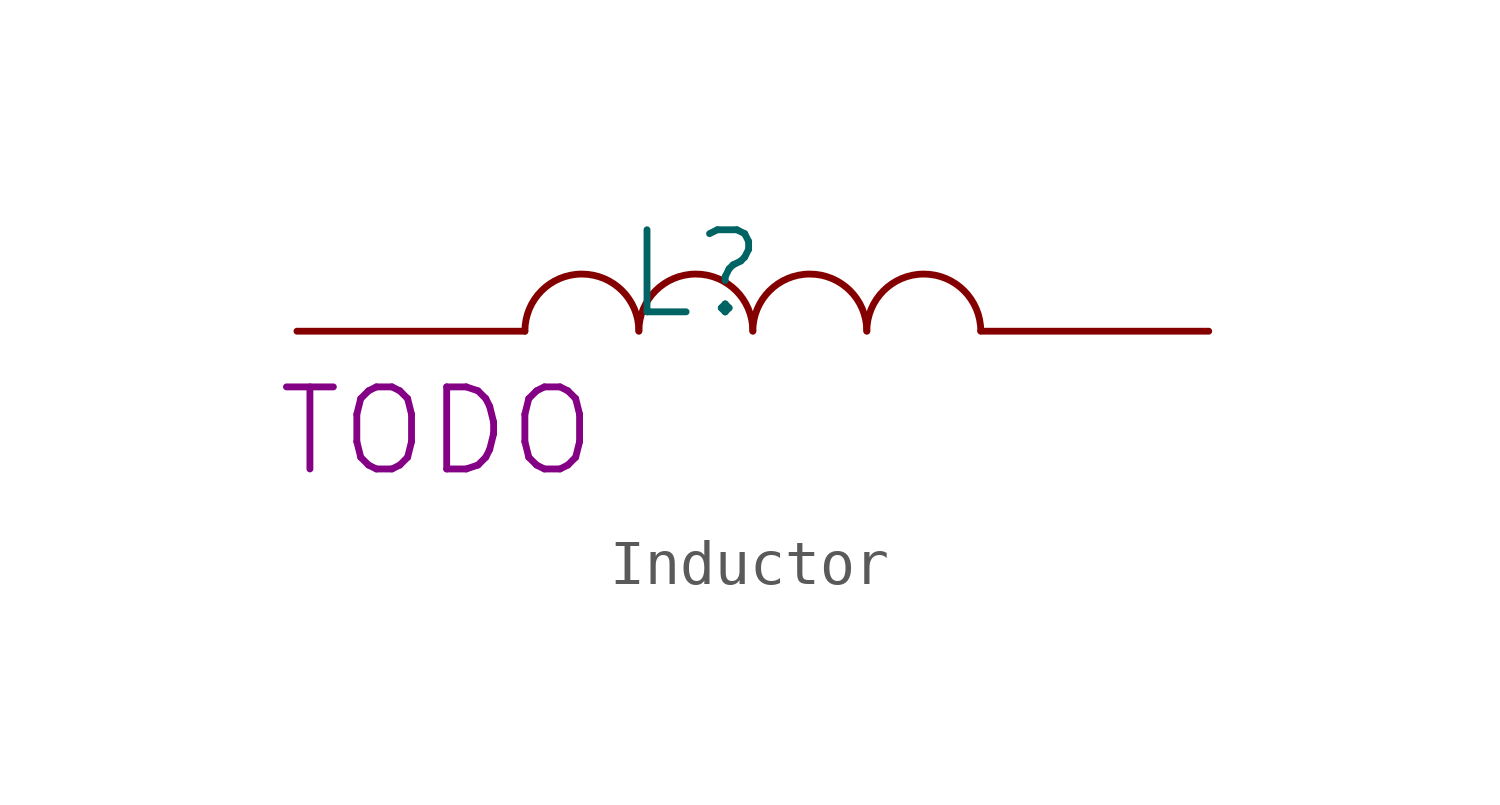
<source format=kicad_sym>
(kicad_symbol_lib
  (version 20241209)
  (generator "kicad_symbol_editor")
  (generator_version "9.0")
  (symbol "Inductor"
    (pin_numbers
      (hide yes))
    (pin_names
      (hide yes))
    (property "Reference" "L"
      (at -1.27 1.27 0)
      (effects (font (size 1.829 1.829))))
    (property "Value" "${VALUE}"
      (at -1.27 -3.81 0)
      (effects (font (size 1.829 1.829)) (justify left bottom) (hide yes)))
    (property "ALTIUM_VALUE" "TODO"
      (at -10.668 -3.302 0)
      (effects (font (size 1.829 1.829)) (justify left bottom)))
    (symbol "Inductor_1_0"
      (arc (start -5.08 0) (mid -3.8138 1.27) (end -2.54 0.0077) (stroke (width 0) (type solid)) (fill (type none)))
      (arc (start -2.54 0) (mid -1.2738 1.27) (end 0 0.0077) (stroke (width 0) (type solid)) (fill (type none)))
      (arc (start 0 0) (mid 1.2662 1.27) (end 2.54 0.0077) (stroke (width 0) (type solid)) (fill (type none)))
      (arc (start 2.54 0) (mid 3.8062 1.27) (end 5.08 0.0077) (stroke (width 0) (type solid)) (fill (type none)))
      (pin passive line (at -10.16 0 0) (length 5.08) (name "1" (effects (font (size 1.27 1.27)))) (number "1" (effects (font (size 1.27 1.27)))))
      (pin passive line (at 10.16 0 180) (length 5.08) (name "2" (effects (font (size 1.27 1.27)))) (number "2" (effects (font (size 1.27 1.27))))))))
</source>
